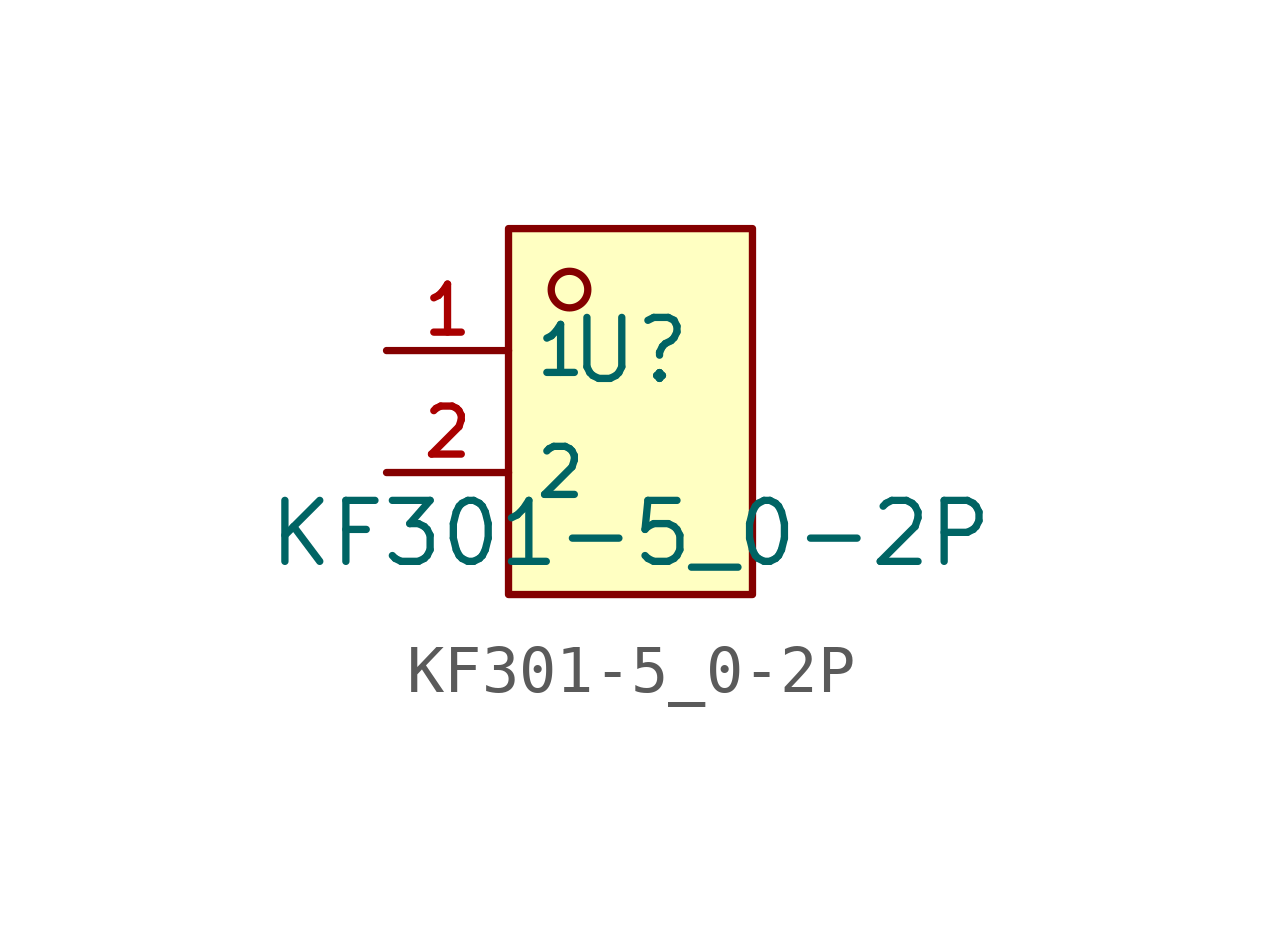
<source format=kicad_sym>
(kicad_symbol_lib
  (version 20210201)
  (generator TousstNicolas/JLC2KiCad_lib)
  (symbol "KF301-5_0-2P"
    (property "Reference" "U"
      (at 0 1.27 0)
      (effects (font (size 1.27 1.27))))
    (property "Value" "KF301-5_0-2P"
      (at 0 -2.54 0)
      (effects (font (size 1.27 1.27))))
    (symbol "KF301-5_0-2P_0_1"
      (rectangle (start -2.54 3.81) (end 2.54 -3.81) (stroke (width 0) (type default) (color 0 0 0 0)) (fill (type background)))
      (circle (center -1.27 2.54) (radius 0.381) (stroke (width 0) (type default) (color 0 0 0 0)) (fill (type background)))
      (pin unspecified line (at -5.08 1.27 0) (length 2.54) (name "1" (effects (font (size 1 1)))) (number "1" (effects (font (size 1 1)))))
      (pin unspecified line (at -5.08 -1.27 0) (length 2.54) (name "2" (effects (font (size 1 1)))) (number "2" (effects (font (size 1 1))))))))
</source>
